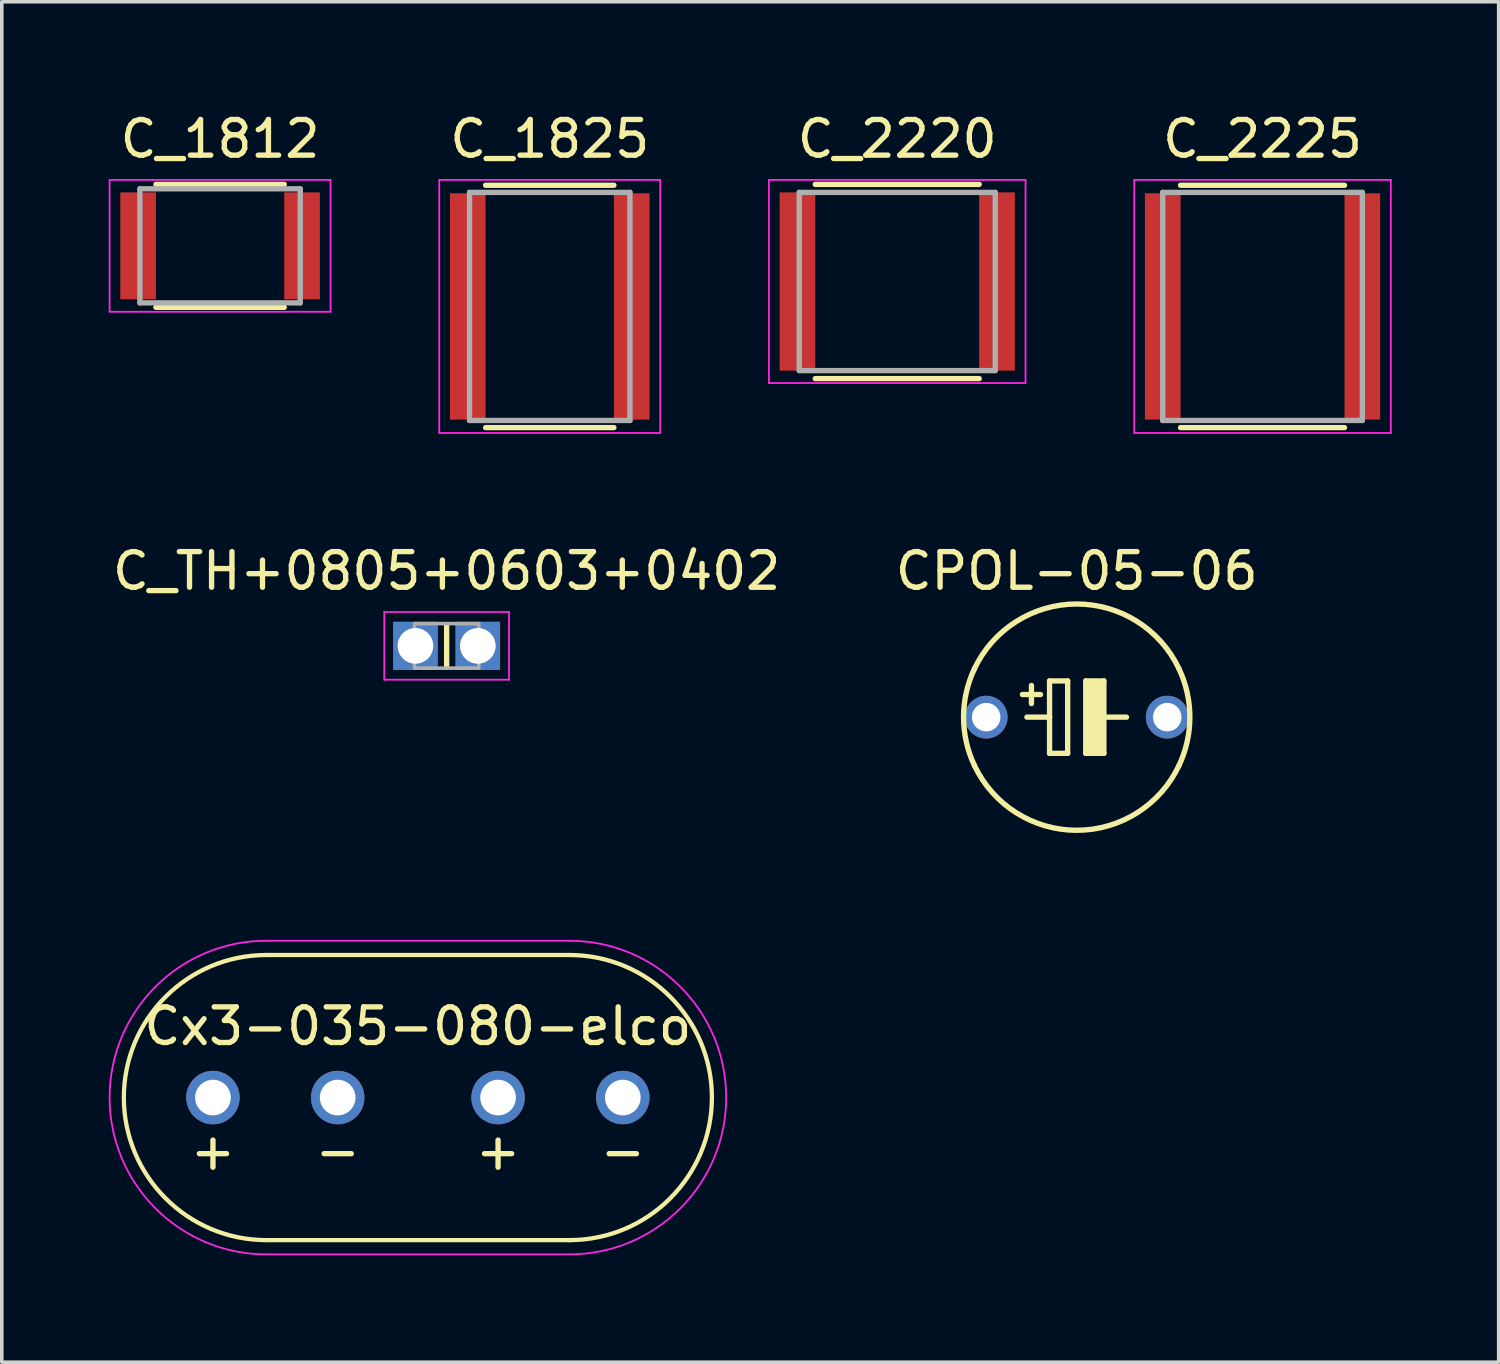
<source format=kicad_pcb>
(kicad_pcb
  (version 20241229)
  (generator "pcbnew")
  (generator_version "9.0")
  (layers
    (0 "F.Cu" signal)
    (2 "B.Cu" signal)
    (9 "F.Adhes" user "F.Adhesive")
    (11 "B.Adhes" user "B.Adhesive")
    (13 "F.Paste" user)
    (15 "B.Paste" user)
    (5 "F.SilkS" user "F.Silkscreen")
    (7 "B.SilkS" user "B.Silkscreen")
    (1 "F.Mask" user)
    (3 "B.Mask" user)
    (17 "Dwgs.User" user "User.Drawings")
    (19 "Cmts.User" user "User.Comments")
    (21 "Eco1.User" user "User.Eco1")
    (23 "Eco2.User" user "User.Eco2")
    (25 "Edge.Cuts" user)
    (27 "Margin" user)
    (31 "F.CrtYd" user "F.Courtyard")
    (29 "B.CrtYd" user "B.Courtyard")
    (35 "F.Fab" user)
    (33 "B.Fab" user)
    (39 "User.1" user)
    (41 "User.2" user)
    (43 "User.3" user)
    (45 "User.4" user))
  (footprint "CPOL-05-06"
    (layer "F.Cu")
    (at 27.161 17.072)
    (property "Reference" "CPOL-05-06" (at 0 -4.1 0) (layer "F.SilkS") (effects (font (size 1 1) (thickness 0.15))))
    (attr exclude_from_pos_files exclude_from_bom)
    (fp_line (start -1.524 -0.635) (end -1.016 -0.635) (stroke (width 0.15) (type solid)) (layer "F.SilkS"))
    (fp_line (start -1.397 0) (end -0.762 0) (stroke (width 0.15) (type solid)) (layer "F.SilkS"))
    (fp_line (start -1.27 -0.381) (end -1.27 -0.889) (stroke (width 0.15) (type solid)) (layer "F.SilkS"))
    (fp_line (start -0.762 -1.016) (end -0.762 0) (stroke (width 0.15) (type solid)) (layer "F.SilkS"))
    (fp_line (start -0.762 0) (end -0.762 1.016) (stroke (width 0.15) (type solid)) (layer "F.SilkS"))
    (fp_line (start -0.762 1.016) (end -0.254 1.016) (stroke (width 0.15) (type solid)) (layer "F.SilkS"))
    (fp_line (start -0.254 -1.016) (end -0.762 -1.016) (stroke (width 0.15) (type solid)) (layer "F.SilkS"))
    (fp_line (start -0.254 1.016) (end -0.254 -1.016) (stroke (width 0.15) (type solid)) (layer "F.SilkS"))
    (fp_line (start 0.254 -1.016) (end 0.762 -1.016) (stroke (width 0.15) (type solid)) (layer "F.SilkS"))
    (fp_line (start 0.254 1.016) (end 0.254 -1.016) (stroke (width 0.15) (type solid)) (layer "F.SilkS"))
    (fp_line (start 0.254 1.016) (end 0.762 1.016) (stroke (width 0.15) (type solid)) (layer "F.SilkS"))
    (fp_line (start 0.5 -0.8) (end 0.5 0.8) (stroke (width 0.5) (type solid)) (layer "F.SilkS"))
    (fp_line (start 0.635 0) (end 1.397 0) (stroke (width 0.15) (type solid)) (layer "F.SilkS"))
    (fp_line (start 0.762 1.016) (end 0.762 -1.016) (stroke (width 0.15) (type solid)) (layer "F.SilkS"))
    (fp_arc (start -2.8702 -1.35636) (mid -0.003112 -3.174547) (end 2.867536 -1.361984) (stroke (width 0.15) (type solid)) (layer "F.SilkS"))
    (fp_arc (start -2.8702 1.35636) (mid -3.174549 -0.000341) (end -2.869908 -1.356977) (stroke (width 0.15) (type solid)) (layer "F.SilkS"))
    (fp_arc (start 2.8702 -1.35636) (mid 3.174549 0.000341) (end 2.869908 1.356977) (stroke (width 0.15) (type solid)) (layer "F.SilkS"))
    (fp_arc (start 2.8702 1.35636) (mid 0.003112 3.174547) (end -2.867536 1.361984) (stroke (width 0.15) (type solid)) (layer "F.SilkS"))
    (pad "1" thru_hole circle (at -2.54 0) (size 1.2 1.2) (drill 0.8) (layers "*.Cu" "*.Mask"))
    (pad "2" thru_hole circle (at 2.54 0) (size 1.2 1.2) (drill 0.8) (layers "*.Cu" "*.Mask")))
  (footprint "Cx3-035-080-elco"
    (layer "F.Cu")
    (at 8.675 27.746)
    (property "Reference" "Cx3-035-080-elco" (at 0 -2 0) (unlocked yes) (layer "F.SilkS") (effects (font (size 1 1) (thickness 0.15))))
    (attr through_hole)
    (fp_line (start -4.25 -4) (end 4.25 -4) (stroke (width 0.12) (type solid)) (layer "F.SilkS"))
    (fp_line (start -4.25 4) (end 4.25 4) (stroke (width 0.12) (type solid)) (layer "F.SilkS"))
    (fp_arc (start -4.25 4) (mid -8.25 0) (end -4.25 -4) (stroke (width 0.12) (type solid)) (layer "F.SilkS"))
    (fp_arc (start 4.25 -4) (mid 8.25 0) (end 4.25 4) (stroke (width 0.12) (type solid)) (layer "F.SilkS"))
    (fp_line (start -4.25 -4.4) (end 4.25 -4.4) (stroke (width 0.05) (type solid)) (layer "F.CrtYd"))
    (fp_line (start 4.25 4.4) (end -4.25 4.4) (stroke (width 0.05) (type solid)) (layer "F.CrtYd"))
    (fp_arc (start -4.25 4.4) (mid -8.65 0) (end -4.25 -4.4) (stroke (width 0.05) (type solid)) (layer "F.CrtYd"))
    (fp_arc (start 4.25 -4.4) (mid 8.65 0) (end 4.25 4.4) (stroke (width 0.05) (type solid)) (layer "F.CrtYd"))
    (fp_text user "-" (at 5.75 1.5 0) (unlocked yes) (layer "F.SilkS") (effects (font (size 1 1) (thickness 0.15))))
    (fp_text user "-" (at -2.25 1.5 0) (unlocked yes) (layer "F.SilkS") (effects (font (size 1 1) (thickness 0.15))))
    (fp_text user "+" (at 2.25 1.5 0) (unlocked yes) (layer "F.SilkS") (effects (font (size 1 1) (thickness 0.15))))
    (fp_text user "+" (at -5.75 1.5 0) (unlocked yes) (layer "F.SilkS") (effects (font (size 1 1) (thickness 0.15))))
    (pad "1" thru_hole circle (at -5.75 0) (size 1.5 1.5) (drill 1) (layers "*.Cu" "*.Mask"))
    (pad "2" thru_hole circle (at -2.25 0) (size 1.5 1.5) (drill 1) (layers "*.Cu" "*.Mask"))
    (pad "3" thru_hole circle (at 2.25 0) (size 1.5 1.5) (drill 1) (layers "*.Cu" "*.Mask"))
    (pad "4" thru_hole circle (at 5.75 0) (size 1.5 1.5) (drill 1) (layers "*.Cu" "*.Mask")))
  (footprint "C_TH+0805+0603+0402"
    (layer "F.Cu")
    (at 9.482 15.072)
    (property "Reference" "C_TH+0805+0603+0402" (at 0 -2.1 0) (layer "F.SilkS") (effects (font (size 1 1) (thickness 0.15))))
    (attr smd)
    (fp_line (start 0 -0.6) (end 0 0.6) (stroke (width 0.15) (type solid)) (layer "F.SilkS"))
    (fp_line (start -1.75 -0.95) (end -1.75 0.95) (stroke (width 0.05) (type solid)) (layer "F.CrtYd"))
    (fp_line (start -1.75 -0.95) (end 1.75 -0.95) (stroke (width 0.05) (type solid)) (layer "F.CrtYd"))
    (fp_line (start -1.75 0.95) (end 1.75 0.95) (stroke (width 0.05) (type solid)) (layer "F.CrtYd"))
    (fp_line (start 1.75 -0.95) (end 1.75 0.95) (stroke (width 0.05) (type solid)) (layer "F.CrtYd"))
    (fp_line (start -0.9 -0.625) (end 0.9 -0.625) (stroke (width 0.1) (type solid)) (layer "F.Fab"))
    (fp_line (start -0.9 0.625) (end -0.9 -0.625) (stroke (width 0.1) (type solid)) (layer "F.Fab"))
    (fp_line (start 0.9 -0.625) (end 0.9 0.625) (stroke (width 0.1) (type solid)) (layer "F.Fab"))
    (fp_line (start 0.9 0.625) (end -0.9 0.625) (stroke (width 0.1) (type solid)) (layer "F.Fab"))
    (pad "1" thru_hole rect (at -0.875 0) (size 1.25 1.35) (drill 1) (layers "*.Cu" "*.Mask"))
    (pad "2" thru_hole rect (at 0.875 0) (size 1.25 1.35) (drill 1) (layers "*.Cu" "*.Mask")))
  (footprint "C_2220"
    (layer "F.Cu")
    (at 22.125 4.848)
    (property "Reference" "C_2220" (at 0 -4 0) (layer "F.SilkS") (effects (font (size 1 1) (thickness 0.15))))
    (attr smd)
    (fp_line (start -2.3 2.725) (end 2.3 2.725) (stroke (width 0.15) (type solid)) (layer "F.SilkS"))
    (fp_line (start 2.3 -2.725) (end -2.3 -2.725) (stroke (width 0.15) (type solid)) (layer "F.SilkS"))
    (fp_line (start -3.6 -2.85) (end -3.6 2.85) (stroke (width 0.05) (type solid)) (layer "F.CrtYd"))
    (fp_line (start -3.6 -2.85) (end 3.6 -2.85) (stroke (width 0.05) (type solid)) (layer "F.CrtYd"))
    (fp_line (start -3.6 2.85) (end 3.6 2.85) (stroke (width 0.05) (type solid)) (layer "F.CrtYd"))
    (fp_line (start 3.6 -2.85) (end 3.6 2.85) (stroke (width 0.05) (type solid)) (layer "F.CrtYd"))
    (fp_line (start -2.75 -2.5) (end 2.75 -2.5) (stroke (width 0.15) (type solid)) (layer "F.Fab"))
    (fp_line (start -2.75 2.5) (end -2.75 -2.5) (stroke (width 0.15) (type solid)) (layer "F.Fab"))
    (fp_line (start 2.75 -2.5) (end 2.75 2.5) (stroke (width 0.15) (type solid)) (layer "F.Fab"))
    (fp_line (start 2.75 2.5) (end -2.75 2.5) (stroke (width 0.15) (type solid)) (layer "F.Fab"))
    (pad "1" smd rect (at -2.8 0) (size 1 5) (layers "F.Cu" "F.Mask" "F.Paste"))
    (pad "2" smd rect (at 2.8 0) (size 1 5) (layers "F.Cu" "F.Mask" "F.Paste")))
  (footprint "C_1825"
    (layer "F.Cu")
    (at 12.375 5.548)
    (property "Reference" "C_1825" (at 0 -4.7 0) (layer "F.SilkS") (effects (font (size 1 1) (thickness 0.15))))
    (attr smd)
    (fp_line (start -1.8 3.4) (end 1.8 3.4) (stroke (width 0.15) (type solid)) (layer "F.SilkS"))
    (fp_line (start 1.8 -3.4) (end -1.8 -3.4) (stroke (width 0.15) (type solid)) (layer "F.SilkS"))
    (fp_line (start -3.1 -3.55) (end -3.1 3.55) (stroke (width 0.05) (type solid)) (layer "F.CrtYd"))
    (fp_line (start -3.1 -3.55) (end 3.1 -3.55) (stroke (width 0.05) (type solid)) (layer "F.CrtYd"))
    (fp_line (start -3.1 3.55) (end 3.1 3.55) (stroke (width 0.05) (type solid)) (layer "F.CrtYd"))
    (fp_line (start 3.1 -3.55) (end 3.1 3.55) (stroke (width 0.05) (type solid)) (layer "F.CrtYd"))
    (fp_line (start -2.25 -3.2) (end 2.25 -3.2) (stroke (width 0.15) (type solid)) (layer "F.Fab"))
    (fp_line (start -2.25 3.2) (end -2.25 -3.2) (stroke (width 0.15) (type solid)) (layer "F.Fab"))
    (fp_line (start 2.25 -3.2) (end 2.25 3.2) (stroke (width 0.15) (type solid)) (layer "F.Fab"))
    (fp_line (start 2.25 3.2) (end -2.25 3.2) (stroke (width 0.15) (type solid)) (layer "F.Fab"))
    (pad "1" smd rect (at -2.3 0) (size 1 6.35) (layers "F.Cu" "F.Mask" "F.Paste"))
    (pad "2" smd rect (at 2.3 0) (size 1 6.35) (layers "F.Cu" "F.Mask" "F.Paste")))
  (footprint "C_2225"
    (layer "F.Cu")
    (at 32.375 5.548)
    (property "Reference" "C_2225" (at 0 -4.7 0) (layer "F.SilkS") (effects (font (size 1 1) (thickness 0.15))))
    (attr smd)
    (fp_line (start -2.3 3.4) (end 2.3 3.4) (stroke (width 0.15) (type solid)) (layer "F.SilkS"))
    (fp_line (start 2.3 -3.4) (end -2.3 -3.4) (stroke (width 0.15) (type solid)) (layer "F.SilkS"))
    (fp_line (start -3.6 -3.55) (end -3.6 3.55) (stroke (width 0.05) (type solid)) (layer "F.CrtYd"))
    (fp_line (start -3.6 -3.55) (end 3.6 -3.55) (stroke (width 0.05) (type solid)) (layer "F.CrtYd"))
    (fp_line (start -3.6 3.55) (end 3.6 3.55) (stroke (width 0.05) (type solid)) (layer "F.CrtYd"))
    (fp_line (start 3.6 -3.55) (end 3.6 3.55) (stroke (width 0.05) (type solid)) (layer "F.CrtYd"))
    (fp_line (start -2.8 -3.2) (end 2.8 -3.2) (stroke (width 0.15) (type solid)) (layer "F.Fab"))
    (fp_line (start -2.8 3.2) (end -2.8 -3.2) (stroke (width 0.15) (type solid)) (layer "F.Fab"))
    (fp_line (start 2.8 -3.2) (end 2.8 3.2) (stroke (width 0.15) (type solid)) (layer "F.Fab"))
    (fp_line (start 2.8 3.2) (end -2.8 3.2) (stroke (width 0.15) (type solid)) (layer "F.Fab"))
    (pad "1" smd rect (at -2.8 0) (size 1 6.35) (layers "F.Cu" "F.Mask" "F.Paste"))
    (pad "2" smd rect (at 2.8 0) (size 1 6.35) (layers "F.Cu" "F.Mask" "F.Paste")))
  (footprint "C_1812"
    (layer "F.Cu")
    (at 3.125 3.848)
    (property "Reference" "C_1812" (at 0 -3 0) (layer "F.SilkS") (effects (font (size 1 1) (thickness 0.15))))
    (attr smd)
    (fp_line (start -1.8 1.725) (end 1.8 1.725) (stroke (width 0.15) (type solid)) (layer "F.SilkS"))
    (fp_line (start 1.8 -1.725) (end -1.8 -1.725) (stroke (width 0.15) (type solid)) (layer "F.SilkS"))
    (fp_line (start -3.1 -1.85) (end -3.1 1.85) (stroke (width 0.05) (type solid)) (layer "F.CrtYd"))
    (fp_line (start -3.1 -1.85) (end 3.1 -1.85) (stroke (width 0.05) (type solid)) (layer "F.CrtYd"))
    (fp_line (start -3.1 1.85) (end 3.1 1.85) (stroke (width 0.05) (type solid)) (layer "F.CrtYd"))
    (fp_line (start 3.1 -1.85) (end 3.1 1.85) (stroke (width 0.05) (type solid)) (layer "F.CrtYd"))
    (fp_line (start -2.25 -1.6) (end 2.25 -1.6) (stroke (width 0.15) (type solid)) (layer "F.Fab"))
    (fp_line (start -2.25 1.6) (end -2.25 -1.6) (stroke (width 0.15) (type solid)) (layer "F.Fab"))
    (fp_line (start 2.25 -1.6) (end 2.25 1.6) (stroke (width 0.15) (type solid)) (layer "F.Fab"))
    (fp_line (start 2.25 1.6) (end -2.25 1.6) (stroke (width 0.15) (type solid)) (layer "F.Fab"))
    (pad "1" smd rect (at -2.3 0) (size 1 3) (layers "F.Cu" "F.Mask" "F.Paste"))
    (pad "2" smd rect (at 2.3 0) (size 1 3) (layers "F.Cu" "F.Mask" "F.Paste")))
  (gr_rect
    (start -3 -3)
    (end 39 35.171)
    (stroke (width 0.1) (type default))
    (fill no)
    (layer "Edge.Cuts")))
</source>
